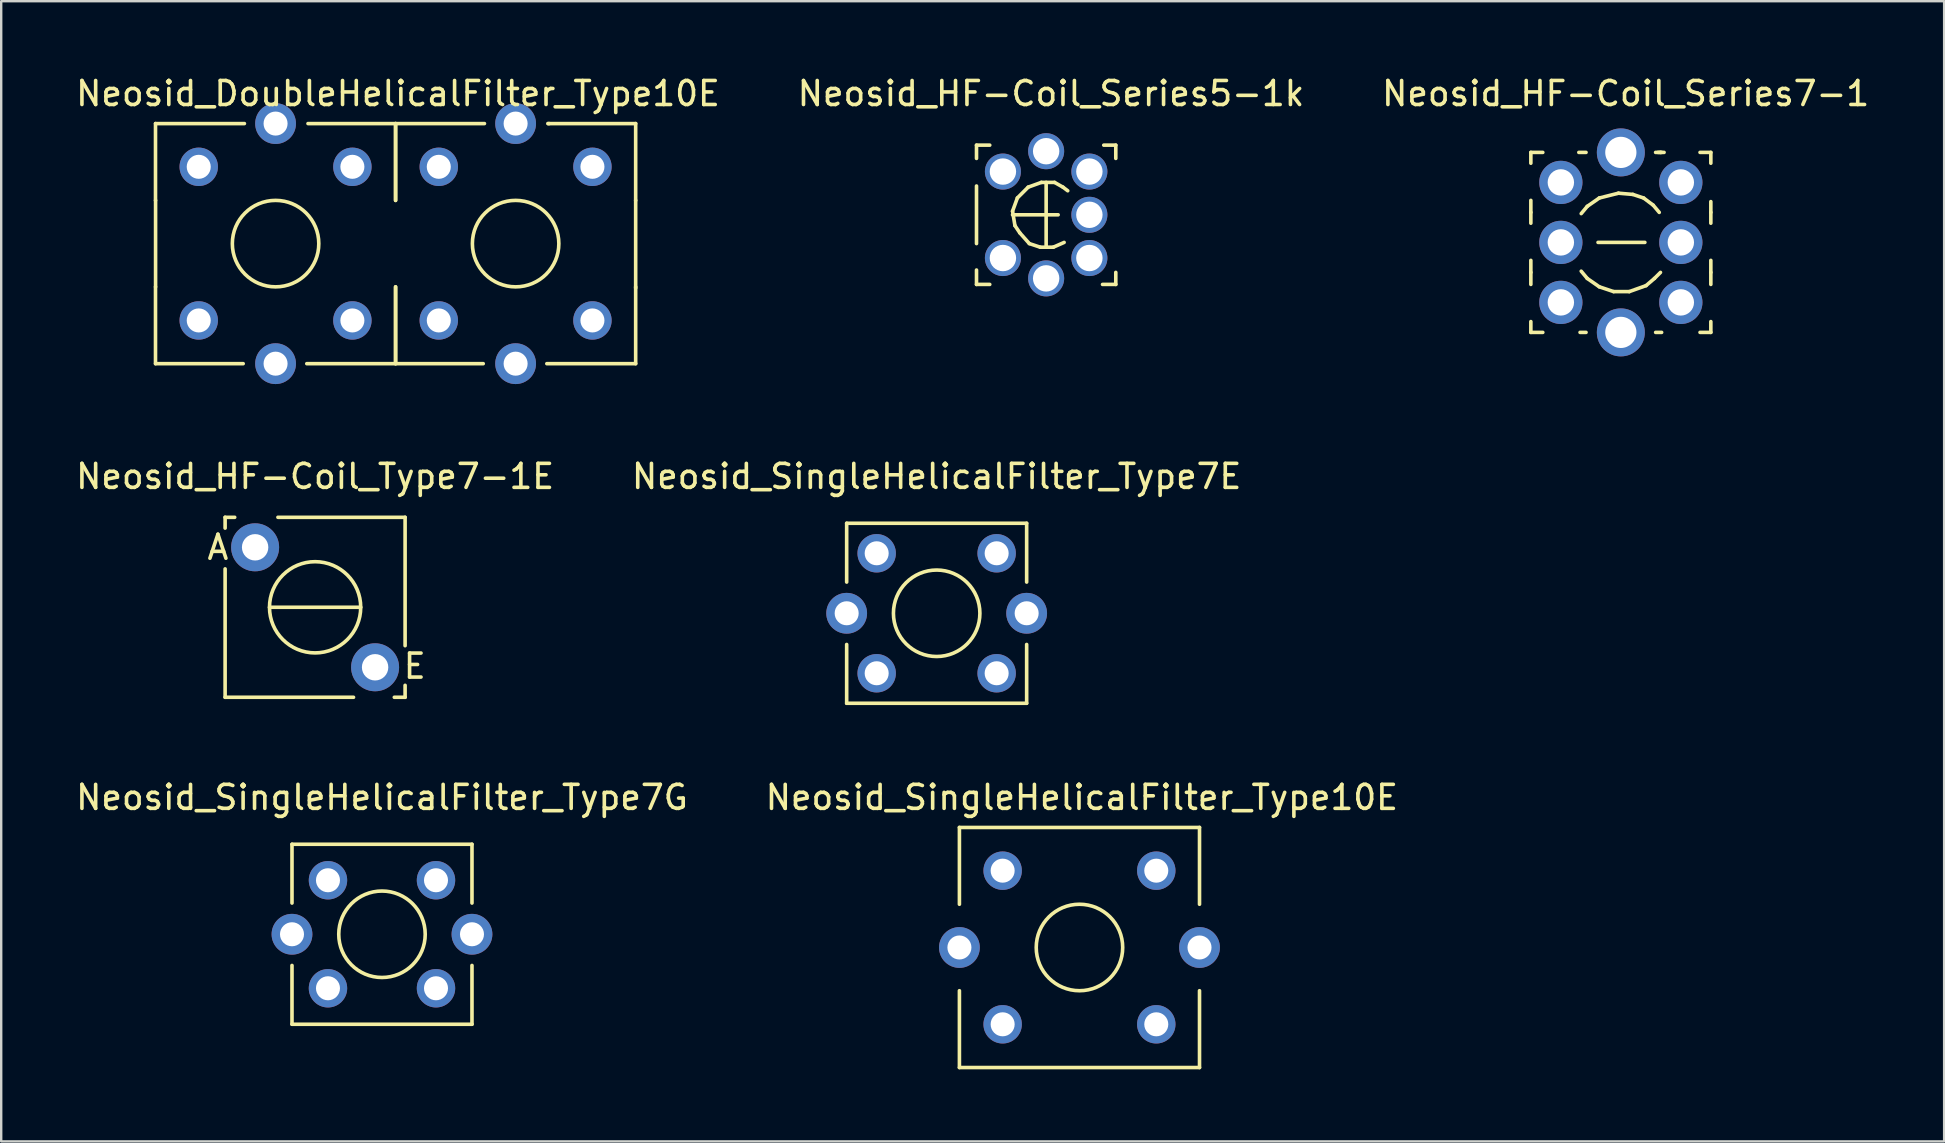
<source format=kicad_pcb>
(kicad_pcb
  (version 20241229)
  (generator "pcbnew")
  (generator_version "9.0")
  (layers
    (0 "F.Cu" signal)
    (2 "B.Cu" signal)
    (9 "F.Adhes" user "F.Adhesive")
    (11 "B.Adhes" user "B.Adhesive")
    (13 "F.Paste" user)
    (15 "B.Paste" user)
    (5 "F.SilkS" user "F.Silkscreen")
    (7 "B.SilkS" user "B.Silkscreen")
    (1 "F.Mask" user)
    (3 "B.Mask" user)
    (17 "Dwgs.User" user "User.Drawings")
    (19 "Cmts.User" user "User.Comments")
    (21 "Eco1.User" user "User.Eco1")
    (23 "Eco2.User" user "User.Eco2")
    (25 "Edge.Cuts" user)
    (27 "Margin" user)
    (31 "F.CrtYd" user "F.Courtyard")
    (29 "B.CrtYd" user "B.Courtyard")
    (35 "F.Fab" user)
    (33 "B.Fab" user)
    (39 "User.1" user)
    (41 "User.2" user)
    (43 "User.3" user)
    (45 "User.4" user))
  (footprint "Neosid_HF-Coil_Series7-1"
    (layer "F.Cu")
    (at 64.472 7.048)
    (property "Reference" "Neosid_HF-Coil_Series7-1" (at 0.201 -6.2 0) (layer "F.SilkS") (effects (font (size 1 1) (thickness 0.15))))
    (attr through_hole)
    (fp_line (start -3.749 -3.749) (end -3.749 -3.299) (stroke (width 0.15) (type solid)) (layer "F.SilkS"))
    (fp_line (start -3.749 -3.749) (end -3.251 -3.749) (stroke (width 0.15) (type solid)) (layer "F.SilkS"))
    (fp_line (start -3.749 -1.25) (end -3.749 -1.75) (stroke (width 0.15) (type solid)) (layer "F.SilkS"))
    (fp_line (start -3.749 -1.25) (end -3.749 -0.8) (stroke (width 0.15) (type solid)) (layer "F.SilkS"))
    (fp_line (start -3.749 1.25) (end -3.749 0.749) (stroke (width 0.15) (type solid)) (layer "F.SilkS"))
    (fp_line (start -3.749 1.25) (end -3.749 1.75) (stroke (width 0.15) (type solid)) (layer "F.SilkS"))
    (fp_line (start -3.749 3.749) (end -3.749 3.299) (stroke (width 0.15) (type solid)) (layer "F.SilkS"))
    (fp_line (start -3.749 3.749) (end -3.251 3.749) (stroke (width 0.15) (type solid)) (layer "F.SilkS"))
    (fp_line (start -1.699 3.749) (end -1.45 3.749) (stroke (width 0.15) (type solid)) (layer "F.SilkS"))
    (fp_line (start -1.651 1.199) (end -1.4 1.501) (stroke (width 0.15) (type solid)) (layer "F.SilkS"))
    (fp_line (start -1.45 -3.749) (end -1.75 -3.749) (stroke (width 0.15) (type solid)) (layer "F.SilkS"))
    (fp_line (start -1.4 -1.501) (end -1.651 -1.199) (stroke (width 0.15) (type solid)) (layer "F.SilkS"))
    (fp_line (start -1.4 1.501) (end -0.899 1.849) (stroke (width 0.15) (type solid)) (layer "F.SilkS"))
    (fp_line (start -0.95 0) (end 1.001 0) (stroke (width 0.15) (type solid)) (layer "F.SilkS"))
    (fp_line (start -0.899 -1.849) (end -1.4 -1.501) (stroke (width 0.15) (type solid)) (layer "F.SilkS"))
    (fp_line (start -0.899 1.849) (end -0.3 2.05) (stroke (width 0.15) (type solid)) (layer "F.SilkS"))
    (fp_line (start -0.3 2.05) (end 0.351 2.05) (stroke (width 0.15) (type solid)) (layer "F.SilkS"))
    (fp_line (start -0.099 -2.05) (end -0.899 -1.849) (stroke (width 0.15) (type solid)) (layer "F.SilkS"))
    (fp_line (start 0.351 2.05) (end 1.049 1.801) (stroke (width 0.15) (type solid)) (layer "F.SilkS"))
    (fp_line (start 0.5 -1.999) (end -0.099 -2.05) (stroke (width 0.15) (type solid)) (layer "F.SilkS"))
    (fp_line (start 0.95 -1.849) (end 0.5 -1.999) (stroke (width 0.15) (type solid)) (layer "F.SilkS"))
    (fp_line (start 1.049 1.801) (end 1.4 1.501) (stroke (width 0.15) (type solid)) (layer "F.SilkS"))
    (fp_line (start 1.349 -1.549) (end 0.95 -1.849) (stroke (width 0.15) (type solid)) (layer "F.SilkS"))
    (fp_line (start 1.4 1.501) (end 1.651 1.25) (stroke (width 0.15) (type solid)) (layer "F.SilkS"))
    (fp_line (start 1.45 3.749) (end 1.699 3.749) (stroke (width 0.15) (type solid)) (layer "F.SilkS"))
    (fp_line (start 1.549 -3.749) (end 1.651 -3.749) (stroke (width 0.15) (type solid)) (layer "F.SilkS"))
    (fp_line (start 1.6 -1.25) (end 1.349 -1.549) (stroke (width 0.15) (type solid)) (layer "F.SilkS"))
    (fp_line (start 1.651 -3.749) (end 1.801 -3.749) (stroke (width 0.15) (type solid)) (layer "F.SilkS"))
    (fp_line (start 1.699 -3.749) (end 1.448 -3.749) (stroke (width 0.15) (type solid)) (layer "F.SilkS"))
    (fp_line (start 3.749 -3.749) (end 3.299 -3.749) (stroke (width 0.15) (type solid)) (layer "F.SilkS"))
    (fp_line (start 3.749 -3.749) (end 3.749 -3.299) (stroke (width 0.15) (type solid)) (layer "F.SilkS"))
    (fp_line (start 3.749 -1.25) (end 3.749 -1.699) (stroke (width 0.15) (type solid)) (layer "F.SilkS"))
    (fp_line (start 3.749 -1.25) (end 3.749 -0.8) (stroke (width 0.15) (type solid)) (layer "F.SilkS"))
    (fp_line (start 3.749 1.25) (end 3.749 0.749) (stroke (width 0.15) (type solid)) (layer "F.SilkS"))
    (fp_line (start 3.749 1.25) (end 3.749 1.75) (stroke (width 0.15) (type solid)) (layer "F.SilkS"))
    (fp_line (start 3.749 3.749) (end 3.299 3.749) (stroke (width 0.15) (type solid)) (layer "F.SilkS"))
    (fp_line (start 3.749 3.749) (end 3.749 3.299) (stroke (width 0.15) (type solid)) (layer "F.SilkS"))
    (pad "1" thru_hole circle (at -2.499 -2.499 90) (size 1.801 1.801) (drill 1.1) (layers "*.Cu" "*.Mask"))
    (pad "2" thru_hole circle (at -2.499 0 90) (size 1.801 1.801) (drill 1.1) (layers "*.Cu" "*.Mask"))
    (pad "3" thru_hole circle (at -2.499 2.499 90) (size 1.801 1.801) (drill 1.1) (layers "*.Cu" "*.Mask"))
    (pad "4" thru_hole circle (at 2.499 2.499 90) (size 1.801 1.801) (drill 1.1) (layers "*.Cu" "*.Mask"))
    (pad "5" thru_hole circle (at 2.499 0 90) (size 1.801 1.801) (drill 1.1) (layers "*.Cu" "*.Mask"))
    (pad "6" thru_hole circle (at 2.499 -2.499 90) (size 1.801 1.801) (drill 1.1) (layers "*.Cu" "*.Mask"))
    (pad "~" thru_hole circle (at 0 -3.749 90) (size 1.999 1.999) (drill 1.3) (layers "*.Cu" "*.Mask"))
    (pad "~" thru_hole circle (at 0 3.749 90) (size 1.999 1.999) (drill 1.3) (layers "*.Cu" "*.Mask")))
  (footprint "Neosid_HF-Coil_Series5-1k"
    (layer "F.Cu")
    (at 40.531 5.898)
    (property "Reference" "Neosid_HF-Coil_Series5-1k" (at 0.201 -5.05 0) (layer "F.SilkS") (effects (font (size 1 1) (thickness 0.15))))
    (attr through_hole)
    (fp_line (start -2.901 -2.901) (end -2.901 -2.349) (stroke (width 0.15) (type solid)) (layer "F.SilkS"))
    (fp_line (start -2.901 -2.901) (end -2.349 -2.901) (stroke (width 0.15) (type solid)) (layer "F.SilkS"))
    (fp_line (start -2.901 1.199) (end -2.901 -1.199) (stroke (width 0.15) (type solid)) (layer "F.SilkS"))
    (fp_line (start -2.901 2.901) (end -2.901 2.301) (stroke (width 0.15) (type solid)) (layer "F.SilkS"))
    (fp_line (start -2.901 2.901) (end -2.349 2.901) (stroke (width 0.15) (type solid)) (layer "F.SilkS"))
    (fp_line (start -1.4 -0.15) (end -1.3 0.45) (stroke (width 0.15) (type solid)) (layer "F.SilkS"))
    (fp_line (start -1.4 0) (end 0.5 0) (stroke (width 0.15) (type solid)) (layer "F.SilkS"))
    (fp_line (start -1.3 0.45) (end -1.1 0.749) (stroke (width 0.15) (type solid)) (layer "F.SilkS"))
    (fp_line (start -1.199 -0.701) (end -1.4 -0.15) (stroke (width 0.15) (type solid)) (layer "F.SilkS"))
    (fp_line (start -1.1 0.749) (end -0.701 1.199) (stroke (width 0.15) (type solid)) (layer "F.SilkS"))
    (fp_line (start -0.749 -1.151) (end -1.199 -0.701) (stroke (width 0.15) (type solid)) (layer "F.SilkS"))
    (fp_line (start -0.701 1.199) (end -0.249 1.349) (stroke (width 0.15) (type solid)) (layer "F.SilkS"))
    (fp_line (start -0.249 1.349) (end 0.3 1.349) (stroke (width 0.15) (type solid)) (layer "F.SilkS"))
    (fp_line (start -0.201 -1.349) (end -0.749 -1.151) (stroke (width 0.15) (type solid)) (layer "F.SilkS"))
    (fp_line (start 0 -1.349) (end 0 1.3) (stroke (width 0.15) (type solid)) (layer "F.SilkS"))
    (fp_line (start 0.3 1.349) (end 0.749 1.151) (stroke (width 0.15) (type solid)) (layer "F.SilkS"))
    (fp_line (start 0.351 -1.349) (end -0.201 -1.349) (stroke (width 0.15) (type solid)) (layer "F.SilkS"))
    (fp_line (start 0.701 -1.151) (end 0.351 -1.349) (stroke (width 0.15) (type solid)) (layer "F.SilkS"))
    (fp_line (start 0.899 -1.001) (end 0.701 -1.151) (stroke (width 0.15) (type solid)) (layer "F.SilkS"))
    (fp_line (start 2.901 -2.901) (end 2.4 -2.901) (stroke (width 0.15) (type solid)) (layer "F.SilkS"))
    (fp_line (start 2.901 -2.901) (end 2.901 -2.349) (stroke (width 0.15) (type solid)) (layer "F.SilkS"))
    (fp_line (start 2.901 2.901) (end 2.349 2.901) (stroke (width 0.15) (type solid)) (layer "F.SilkS"))
    (fp_line (start 2.901 2.901) (end 2.901 2.4) (stroke (width 0.15) (type solid)) (layer "F.SilkS"))
    (pad "1" thru_hole circle (at -1.801 -1.801 90) (size 1.501 1.501) (drill 1.1) (layers "*.Cu" "*.Mask"))
    (pad "2" thru_hole circle (at 0 -2.649 90) (size 1.501 1.501) (drill 1.1) (layers "*.Cu" "*.Mask"))
    (pad "2" thru_hole circle (at 1.801 -1.801 90) (size 1.501 1.501) (drill 1.1) (layers "*.Cu" "*.Mask"))
    (pad "3" thru_hole circle (at 1.801 0 90) (size 1.501 1.501) (drill 1.1) (layers "*.Cu" "*.Mask"))
    (pad "4" thru_hole circle (at 1.801 1.801 90) (size 1.501 1.501) (drill 1.1) (layers "*.Cu" "*.Mask"))
    (pad "5" thru_hole circle (at 0 2.649 90) (size 1.501 1.501) (drill 1.1) (layers "*.Cu" "*.Mask"))
    (pad "6" thru_hole circle (at -1.801 1.801 90) (size 1.501 1.501) (drill 1.1) (layers "*.Cu" "*.Mask")))
  (footprint "Neosid_SingleHelicalFilter_Type7E"
    (layer "F.Cu")
    (at 35.97 22.498)
    (property "Reference" "Neosid_SingleHelicalFilter_Type7E" (at 0 -5.7 0) (layer "F.SilkS") (effects (font (size 1 1) (thickness 0.15))))
    (attr through_hole)
    (fp_line (start -3.749 -3.749) (end -3.749 -1.3) (stroke (width 0.15) (type solid)) (layer "F.SilkS"))
    (fp_line (start -3.749 1.3) (end -3.749 3.749) (stroke (width 0.15) (type solid)) (layer "F.SilkS"))
    (fp_line (start -3.749 3.749) (end 3.749 3.749) (stroke (width 0.15) (type solid)) (layer "F.SilkS"))
    (fp_line (start 3.749 -3.749) (end -3.749 -3.749) (stroke (width 0.15) (type solid)) (layer "F.SilkS"))
    (fp_line (start 3.749 -1.3) (end 3.749 -3.749) (stroke (width 0.15) (type solid)) (layer "F.SilkS"))
    (fp_line (start 3.749 3.749) (end 3.749 1.3) (stroke (width 0.15) (type solid)) (layer "F.SilkS"))
    (fp_circle (center 0 0) (end 1.801 0) (stroke (width 0.15) (type solid)) (fill no) (layer "F.SilkS"))
    (pad "1" thru_hole circle (at 2.499 2.499 90) (size 1.6 1.6) (drill 1.001) (layers "*.Cu" "*.Mask"))
    (pad "2" thru_hole circle (at 2.499 -2.499 90) (size 1.6 1.6) (drill 1.001) (layers "*.Cu" "*.Mask"))
    (pad "4" thru_hole circle (at -2.499 -2.499 90) (size 1.6 1.6) (drill 1.001) (layers "*.Cu" "*.Mask"))
    (pad "5" thru_hole circle (at -2.499 2.499 90) (size 1.6 1.6) (drill 1.001) (layers "*.Cu" "*.Mask"))
    (pad "~" thru_hole circle (at -3.749 0 90) (size 1.699 1.699) (drill 1.001) (layers "*.Cu" "*.Mask"))
    (pad "~" thru_hole circle (at 3.749 0 90) (size 1.699 1.699) (drill 1.001) (layers "*.Cu" "*.Mask")))
  (footprint "Neosid_SingleHelicalFilter_Type10E"
    (layer "F.Cu")
    (at 41.919 36.421)
    (property "Reference" "Neosid_SingleHelicalFilter_Type10E" (at 0.099 -6.251 0) (layer "F.SilkS") (effects (font (size 1 1) (thickness 0.15))))
    (attr through_hole)
    (fp_line (start -5.001 -5.001) (end -5.001 -1.801) (stroke (width 0.15) (type solid)) (layer "F.SilkS"))
    (fp_line (start -5.001 1.801) (end -5.001 5.001) (stroke (width 0.15) (type solid)) (layer "F.SilkS"))
    (fp_line (start -5.001 5.001) (end 5.001 5.001) (stroke (width 0.15) (type solid)) (layer "F.SilkS"))
    (fp_line (start 5.001 -5.001) (end -5.001 -5.001) (stroke (width 0.15) (type solid)) (layer "F.SilkS"))
    (fp_line (start 5.001 -1.801) (end 5.001 -5.001) (stroke (width 0.15) (type solid)) (layer "F.SilkS"))
    (fp_line (start 5.001 5.001) (end 5.001 1.801) (stroke (width 0.15) (type solid)) (layer "F.SilkS"))
    (fp_circle (center 0 0) (end 1.801 0) (stroke (width 0.15) (type solid)) (fill no) (layer "F.SilkS"))
    (pad "1" thru_hole circle (at 3.2 3.2 90) (size 1.6 1.6) (drill 1.001) (layers "*.Cu" "*.Mask"))
    (pad "2" thru_hole circle (at 3.2 -3.2 90) (size 1.6 1.6) (drill 1.001) (layers "*.Cu" "*.Mask"))
    (pad "4" thru_hole circle (at -3.2 -3.2 90) (size 1.6 1.6) (drill 1.001) (layers "*.Cu" "*.Mask"))
    (pad "5" thru_hole circle (at -3.2 3.2 90) (size 1.6 1.6) (drill 1.001) (layers "*.Cu" "*.Mask"))
    (pad "~" thru_hole circle (at -5.001 0 90) (size 1.699 1.699) (drill 1.001) (layers "*.Cu" "*.Mask"))
    (pad "~" thru_hole circle (at 5.001 0 90) (size 1.699 1.699) (drill 1.001) (layers "*.Cu" "*.Mask")))
  (footprint "Neosid_DoubleHelicalFilter_Type10E"
    (layer "F.Cu")
    (at 13.431 7.099)
    (property "Reference" "Neosid_DoubleHelicalFilter_Type10E" (at 0.099 -6.251 0) (layer "F.SilkS") (effects (font (size 1 1) (thickness 0.15))))
    (attr through_hole)
    (fp_line (start -10.003 -5.001) (end -10.003 -1.801) (stroke (width 0.15) (type solid)) (layer "F.SilkS"))
    (fp_line (start -10.003 1.801) (end -10.003 5.001) (stroke (width 0.15) (type solid)) (layer "F.SilkS"))
    (fp_line (start -10 -1.801) (end -10 1.801) (stroke (width 0.15) (type solid)) (layer "F.SilkS"))
    (fp_line (start -10 5.001) (end -6.35 5.001) (stroke (width 0.15) (type solid)) (layer "F.SilkS"))
    (fp_line (start -6.299 -5.001) (end -10 -5.001) (stroke (width 0.15) (type solid)) (layer "F.SilkS"))
    (fp_line (start -3.701 5.001) (end 3.65 5.001) (stroke (width 0.15) (type solid)) (layer "F.SilkS"))
    (fp_line (start -0.003 -5.001) (end -0.003 -1.801) (stroke (width 0.15) (type solid)) (layer "F.SilkS"))
    (fp_line (start -0.003 1.801) (end -0.003 5.001) (stroke (width 0.15) (type solid)) (layer "F.SilkS"))
    (fp_line (start 0 -1.801) (end 0 -5.001) (stroke (width 0.15) (type solid)) (layer "F.SilkS"))
    (fp_line (start 0 5.001) (end 0 1.801) (stroke (width 0.15) (type solid)) (layer "F.SilkS"))
    (fp_line (start 3.701 -5.001) (end -3.65 -5.001) (stroke (width 0.15) (type solid)) (layer "F.SilkS"))
    (fp_line (start 6.299 5.001) (end 10 5.001) (stroke (width 0.15) (type solid)) (layer "F.SilkS"))
    (fp_line (start 6.35 -5.001) (end 6.401 -5.001) (stroke (width 0.15) (type solid)) (layer "F.SilkS"))
    (fp_line (start 10 -5.001) (end 6.35 -5.001) (stroke (width 0.15) (type solid)) (layer "F.SilkS"))
    (fp_line (start 10 -1.801) (end 10 -5.001) (stroke (width 0.15) (type solid)) (layer "F.SilkS"))
    (fp_line (start 10 -1.801) (end 10 1.849) (stroke (width 0.15) (type solid)) (layer "F.SilkS"))
    (fp_line (start 10 5.001) (end 10 1.801) (stroke (width 0.15) (type solid)) (layer "F.SilkS"))
    (fp_circle (center -5.001 0) (end -3.2 0) (stroke (width 0.15) (type solid)) (fill no) (layer "F.SilkS"))
    (fp_circle (center 4.999 0) (end 6.8 0) (stroke (width 0.15) (type solid)) (fill no) (layer "F.SilkS"))
    (pad "1" thru_hole circle (at -1.801 3.2 90) (size 1.6 1.6) (drill 1.001) (layers "*.Cu" "*.Mask"))
    (pad "2" thru_hole circle (at -1.801 -3.2 90) (size 1.6 1.6) (drill 1.001) (layers "*.Cu" "*.Mask"))
    (pad "4" thru_hole circle (at -8.202 -3.2 90) (size 1.6 1.6) (drill 1.001) (layers "*.Cu" "*.Mask"))
    (pad "5" thru_hole circle (at -8.202 3.2 90) (size 1.6 1.6) (drill 1.001) (layers "*.Cu" "*.Mask"))
    (pad "21" thru_hole circle (at 8.199 3.2 90) (size 1.6 1.6) (drill 1.001) (layers "*.Cu" "*.Mask"))
    (pad "22" thru_hole circle (at 8.199 -3.2 90) (size 1.6 1.6) (drill 1.001) (layers "*.Cu" "*.Mask"))
    (pad "24" thru_hole circle (at 1.798 -3.2 90) (size 1.6 1.6) (drill 1.001) (layers "*.Cu" "*.Mask"))
    (pad "25" thru_hole circle (at 1.798 3.2 90) (size 1.6 1.6) (drill 1.001) (layers "*.Cu" "*.Mask"))
    (pad "~" thru_hole circle (at -5.001 -5.001 90) (size 1.699 1.699) (drill 1.001) (layers "*.Cu" "*.Mask"))
    (pad "~" thru_hole circle (at -5.001 5.001 90) (size 1.699 1.699) (drill 1.001) (layers "*.Cu" "*.Mask"))
    (pad "~" thru_hole circle (at 4.999 -5.001 90) (size 1.699 1.699) (drill 1.001) (layers "*.Cu" "*.Mask"))
    (pad "~" thru_hole circle (at 4.999 5.001 90) (size 1.699 1.699) (drill 1.001) (layers "*.Cu" "*.Mask")))
  (footprint "Neosid_SingleHelicalFilter_Type7G"
    (layer "F.Cu")
    (at 12.863 35.87)
    (property "Reference" "Neosid_SingleHelicalFilter_Type7G" (at 0 -5.7 0) (layer "F.SilkS") (effects (font (size 1 1) (thickness 0.15))))
    (attr through_hole)
    (fp_line (start -3.749 -3.749) (end -3.749 -1.3) (stroke (width 0.15) (type solid)) (layer "F.SilkS"))
    (fp_line (start -3.749 1.3) (end -3.749 3.749) (stroke (width 0.15) (type solid)) (layer "F.SilkS"))
    (fp_line (start -3.749 3.749) (end 3.749 3.749) (stroke (width 0.15) (type solid)) (layer "F.SilkS"))
    (fp_line (start 3.749 -3.749) (end -3.749 -3.749) (stroke (width 0.15) (type solid)) (layer "F.SilkS"))
    (fp_line (start 3.749 -1.3) (end 3.749 -3.749) (stroke (width 0.15) (type solid)) (layer "F.SilkS"))
    (fp_line (start 3.749 3.749) (end 3.749 1.3) (stroke (width 0.15) (type solid)) (layer "F.SilkS"))
    (fp_circle (center 0 0) (end 1.801 0) (stroke (width 0.15) (type solid)) (fill no) (layer "F.SilkS"))
    (pad "1" thru_hole circle (at 2.25 2.25 90) (size 1.6 1.6) (drill 1.001) (layers "*.Cu" "*.Mask"))
    (pad "2" thru_hole circle (at 2.25 -2.25 90) (size 1.6 1.6) (drill 1.001) (layers "*.Cu" "*.Mask"))
    (pad "4" thru_hole circle (at -2.25 -2.25 90) (size 1.6 1.6) (drill 1.001) (layers "*.Cu" "*.Mask"))
    (pad "5" thru_hole circle (at -2.25 2.25 90) (size 1.6 1.6) (drill 1.001) (layers "*.Cu" "*.Mask"))
    (pad "~" thru_hole circle (at -3.749 0 90) (size 1.699 1.699) (drill 1.001) (layers "*.Cu" "*.Mask"))
    (pad "~" thru_hole circle (at 3.749 0 90) (size 1.699 1.699) (drill 1.001) (layers "*.Cu" "*.Mask")))
  (footprint "Neosid_HF-Coil_Type7-1E"
    (layer "F.Cu")
    (at 10.077 22.249)
    (property "Reference" "Neosid_HF-Coil_Type7-1E" (at 0 -5.451 0) (layer "F.SilkS") (effects (font (size 1 1) (thickness 0.15))))
    (attr through_hole)
    (fp_line (start -3.749 -3.749) (end -3.749 -3.299) (stroke (width 0.15) (type solid)) (layer "F.SilkS"))
    (fp_line (start -3.749 -3.749) (end -3.35 -3.749) (stroke (width 0.15) (type solid)) (layer "F.SilkS"))
    (fp_line (start -3.749 3.749) (end -3.749 -1.6) (stroke (width 0.15) (type solid)) (layer "F.SilkS"))
    (fp_line (start -3.749 3.749) (end 1.6 3.749) (stroke (width 0.15) (type solid)) (layer "F.SilkS"))
    (fp_line (start -1.9 0) (end 1.9 0) (stroke (width 0.15) (type solid)) (layer "F.SilkS"))
    (fp_line (start 3.749 -3.749) (end -1.549 -3.749) (stroke (width 0.15) (type solid)) (layer "F.SilkS"))
    (fp_line (start 3.749 -3.749) (end 3.749 1.6) (stroke (width 0.15) (type solid)) (layer "F.SilkS"))
    (fp_line (start 3.749 3.749) (end 3.299 3.749) (stroke (width 0.15) (type solid)) (layer "F.SilkS"))
    (fp_line (start 3.749 3.749) (end 3.749 3.251) (stroke (width 0.15) (type solid)) (layer "F.SilkS"))
    (fp_circle (center 0 0) (end 1.9 0) (stroke (width 0.15) (type solid)) (fill no) (layer "F.SilkS"))
    (fp_text user "E" (at 4.15 2.451 0) (layer "F.SilkS") (effects (font (size 1 1) (thickness 0.15))))
    (fp_text user "A" (at -4.049 -2.499 0) (layer "F.SilkS") (effects (font (size 1 1) (thickness 0.15))))
    (pad "1" thru_hole circle (at -2.499 -2.499 90) (size 1.999 1.999) (drill 1.1) (layers "*.Cu" "*.Mask"))
    (pad "2" thru_hole circle (at 2.499 2.499 90) (size 1.999 1.999) (drill 1.1) (layers "*.Cu" "*.Mask")))
  (gr_rect
    (start -3 -3)
    (end 77.94 44.498)
    (stroke (width 0.1) (type default))
    (fill no)
    (layer "Edge.Cuts")))
</source>
